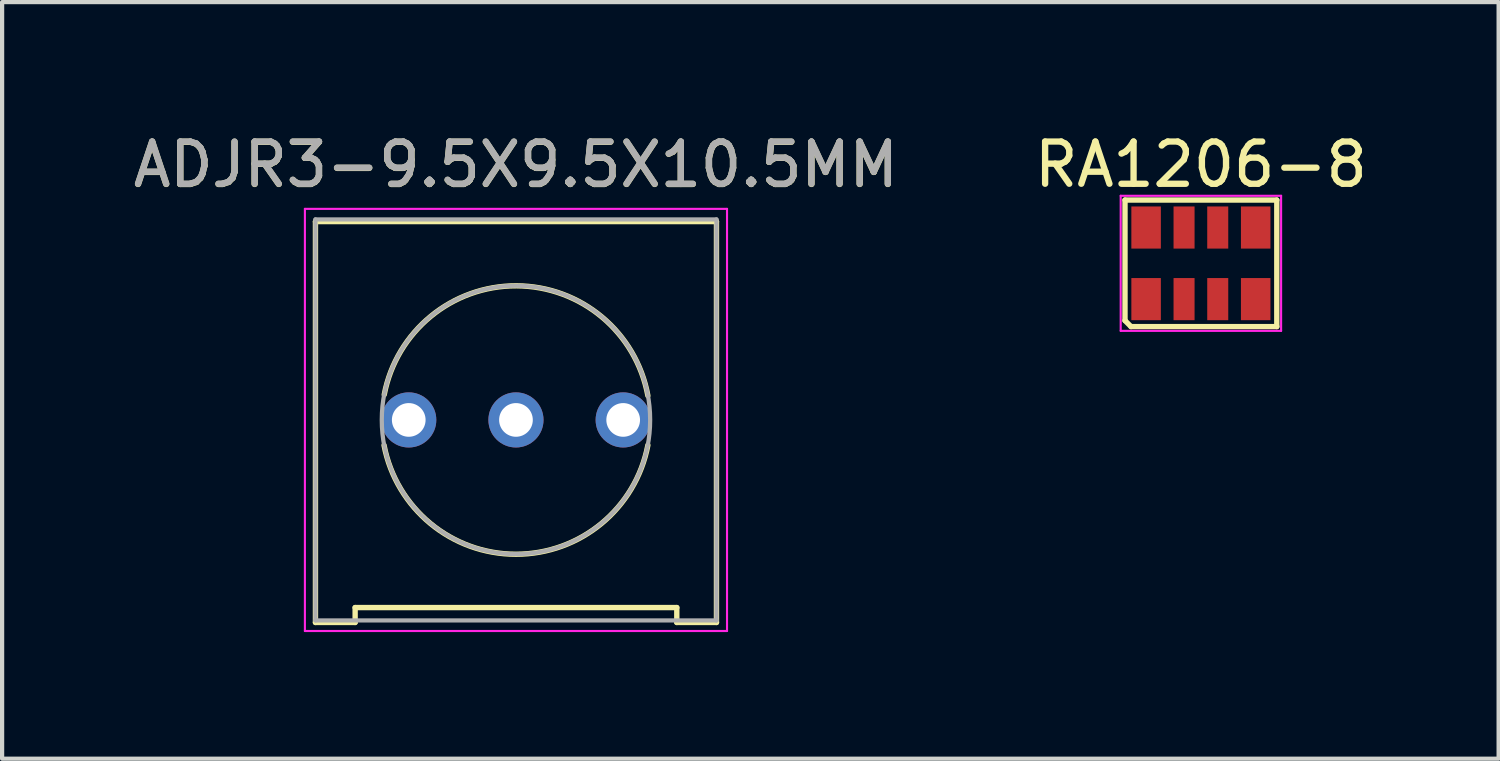
<source format=kicad_pcb>
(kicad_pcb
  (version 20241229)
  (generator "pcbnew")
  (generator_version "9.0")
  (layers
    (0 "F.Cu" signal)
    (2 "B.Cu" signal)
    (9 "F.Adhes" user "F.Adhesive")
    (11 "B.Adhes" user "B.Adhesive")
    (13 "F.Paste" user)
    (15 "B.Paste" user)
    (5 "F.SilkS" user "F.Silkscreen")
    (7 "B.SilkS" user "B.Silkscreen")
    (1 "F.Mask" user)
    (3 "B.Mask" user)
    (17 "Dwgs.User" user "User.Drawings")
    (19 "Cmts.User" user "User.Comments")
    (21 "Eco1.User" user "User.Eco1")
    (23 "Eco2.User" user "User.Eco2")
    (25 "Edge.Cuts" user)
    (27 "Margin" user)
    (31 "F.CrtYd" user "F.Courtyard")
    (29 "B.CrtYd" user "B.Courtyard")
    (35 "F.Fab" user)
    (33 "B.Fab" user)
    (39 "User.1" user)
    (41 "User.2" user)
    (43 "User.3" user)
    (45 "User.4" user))
  (footprint "ADJR3-9.5X9.5X10.5MM"
    (layer "F.Cu")
    (at 9.173 6.898)
    (property "Reference" "ADJR3-9.5X9.5X10.5MM" (at 0 -6.045 180) (layer "F.SilkS") (effects (font (size 1 1) (thickness 0.15))))
    (attr exclude_from_pos_files exclude_from_bom)
    (fp_line (start -4.75 -4.699) (end 4.75 -4.699) (stroke (width 0.127) (type solid)) (layer "F.SilkS"))
    (fp_line (start -4.75 4.798) (end -4.75 -4.699) (stroke (width 0.127) (type solid)) (layer "F.SilkS"))
    (fp_line (start -3.81 4.445) (end 3.81 4.445) (stroke (width 0.127) (type solid)) (layer "F.SilkS"))
    (fp_line (start -3.81 4.798) (end -4.75 4.798) (stroke (width 0.127) (type solid)) (layer "F.SilkS"))
    (fp_line (start -3.81 4.798) (end -3.81 4.445) (stroke (width 0.127) (type solid)) (layer "F.SilkS"))
    (fp_line (start 3.81 4.445) (end 3.81 4.798) (stroke (width 0.127) (type solid)) (layer "F.SilkS"))
    (fp_line (start 4.75 -4.699) (end 4.75 4.798) (stroke (width 0.127) (type solid)) (layer "F.SilkS"))
    (fp_line (start 4.75 4.798) (end 3.81 4.798) (stroke (width 0.127) (type solid)) (layer "F.SilkS"))
    (fp_arc (start -3.120403 -0.599438) (mid 0.012434 -3.177434) (end 3.124999 -0.574999) (stroke (width 0.127) (type solid)) (layer "F.SilkS"))
    (fp_arc (start 3.125386 0.59798) (mid 0.001028 3.182077) (end -3.124999 0.599999) (stroke (width 0.127) (type solid)) (layer "F.SilkS"))
    (fp_line (start -5 -5) (end -5 5) (stroke (width 0.05) (type solid)) (layer "F.CrtYd"))
    (fp_line (start -5 -5) (end 5 -5) (stroke (width 0.05) (type solid)) (layer "F.CrtYd"))
    (fp_line (start -5 5) (end 5 5) (stroke (width 0.05) (type solid)) (layer "F.CrtYd"))
    (fp_line (start 5 -5) (end 5 5) (stroke (width 0.05) (type solid)) (layer "F.CrtYd"))
    (fp_line (start -4.75 -4.75) (end 4.75 -4.75) (stroke (width 0.1) (type solid)) (layer "F.Fab"))
    (fp_line (start -4.75 4.75) (end -4.75 -4.75) (stroke (width 0.1) (type solid)) (layer "F.Fab"))
    (fp_line (start -4.75 4.75) (end 4.75 4.75) (stroke (width 0.1) (type solid)) (layer "F.Fab"))
    (fp_line (start 4.75 4.75) (end 4.75 -4.75) (stroke (width 0.1) (type solid)) (layer "F.Fab"))
    (fp_circle (center 0 0) (end 3.179 0) (stroke (width 0.1) (type solid)) (fill no) (layer "F.Fab"))
    (fp_text user "${REFERENCE}" (at 0 -6.05 0) (layer "F.Fab") (effects (font (size 1 1) (thickness 0.15))))
    (pad "1" thru_hole circle (at -2.54 0) (size 1.306 1.306) (drill 0.798) (layers "*.Cu" "*.Mask"))
    (pad "2" thru_hole circle (at 0 0) (size 1.306 1.306) (drill 0.798) (layers "*.Cu" "*.Mask"))
    (pad "3" thru_hole circle (at 2.54 0) (size 1.306 1.306) (drill 0.798) (layers "*.Cu" "*.Mask")))
  (footprint "RA1206-8"
    (layer "F.Cu")
    (at 25.399 3.188)
    (property "Reference" "RA1206-8" (at 0 -2.34 0) (layer "F.SilkS") (effects (font (size 1 1) (thickness 0.15))))
    (attr smd)
    (fp_line (start -1.798 -1.499) (end 1.798 -1.499) (stroke (width 0.127) (type solid)) (layer "F.SilkS"))
    (fp_line (start -1.798 1.356) (end -1.798 -1.499) (stroke (width 0.127) (type solid)) (layer "F.SilkS"))
    (fp_line (start -1.656 1.499) (end -1.798 1.356) (stroke (width 0.127) (type solid)) (layer "F.SilkS"))
    (fp_line (start 1.798 -1.499) (end 1.798 1.499) (stroke (width 0.127) (type solid)) (layer "F.SilkS"))
    (fp_line (start 1.798 1.499) (end -1.656 1.499) (stroke (width 0.127) (type solid)) (layer "F.SilkS"))
    (fp_line (start -1.9 -1.6) (end 1.9 -1.6) (stroke (width 0.05) (type solid)) (layer "F.CrtYd"))
    (fp_line (start -1.9 1.6) (end -1.9 -1.6) (stroke (width 0.05) (type solid)) (layer "F.CrtYd"))
    (fp_line (start 1.9 -1.6) (end 1.9 1.6) (stroke (width 0.05) (type solid)) (layer "F.CrtYd"))
    (fp_line (start 1.9 1.6) (end -1.9 1.6) (stroke (width 0.05) (type solid)) (layer "F.CrtYd"))
    (pad "1" smd rect (at -1.298 0.848) (size 0.699 0.998) (layers "F.Cu" "F.Mask" "F.Paste"))
    (pad "2" smd rect (at -0.399 0.848) (size 0.498 0.998) (layers "F.Cu" "F.Mask" "F.Paste"))
    (pad "3" smd rect (at 0.399 0.848) (size 0.498 0.998) (layers "F.Cu" "F.Mask" "F.Paste"))
    (pad "4" smd rect (at 1.298 0.848) (size 0.699 0.998) (layers "F.Cu" "F.Mask" "F.Paste"))
    (pad "5" smd rect (at 1.298 -0.848) (size 0.699 0.998) (layers "F.Cu" "F.Mask" "F.Paste"))
    (pad "6" smd rect (at 0.399 -0.848) (size 0.498 0.998) (layers "F.Cu" "F.Mask" "F.Paste"))
    (pad "7" smd rect (at -0.399 -0.848) (size 0.498 0.998) (layers "F.Cu" "F.Mask" "F.Paste"))
    (pad "8" smd rect (at -1.298 -0.848) (size 0.699 0.998) (layers "F.Cu" "F.Mask" "F.Paste")))
  (gr_rect
    (start -3 -3)
    (end 32.452 14.923)
    (stroke (width 0.1) (type default))
    (fill no)
    (layer "Edge.Cuts")))
</source>
